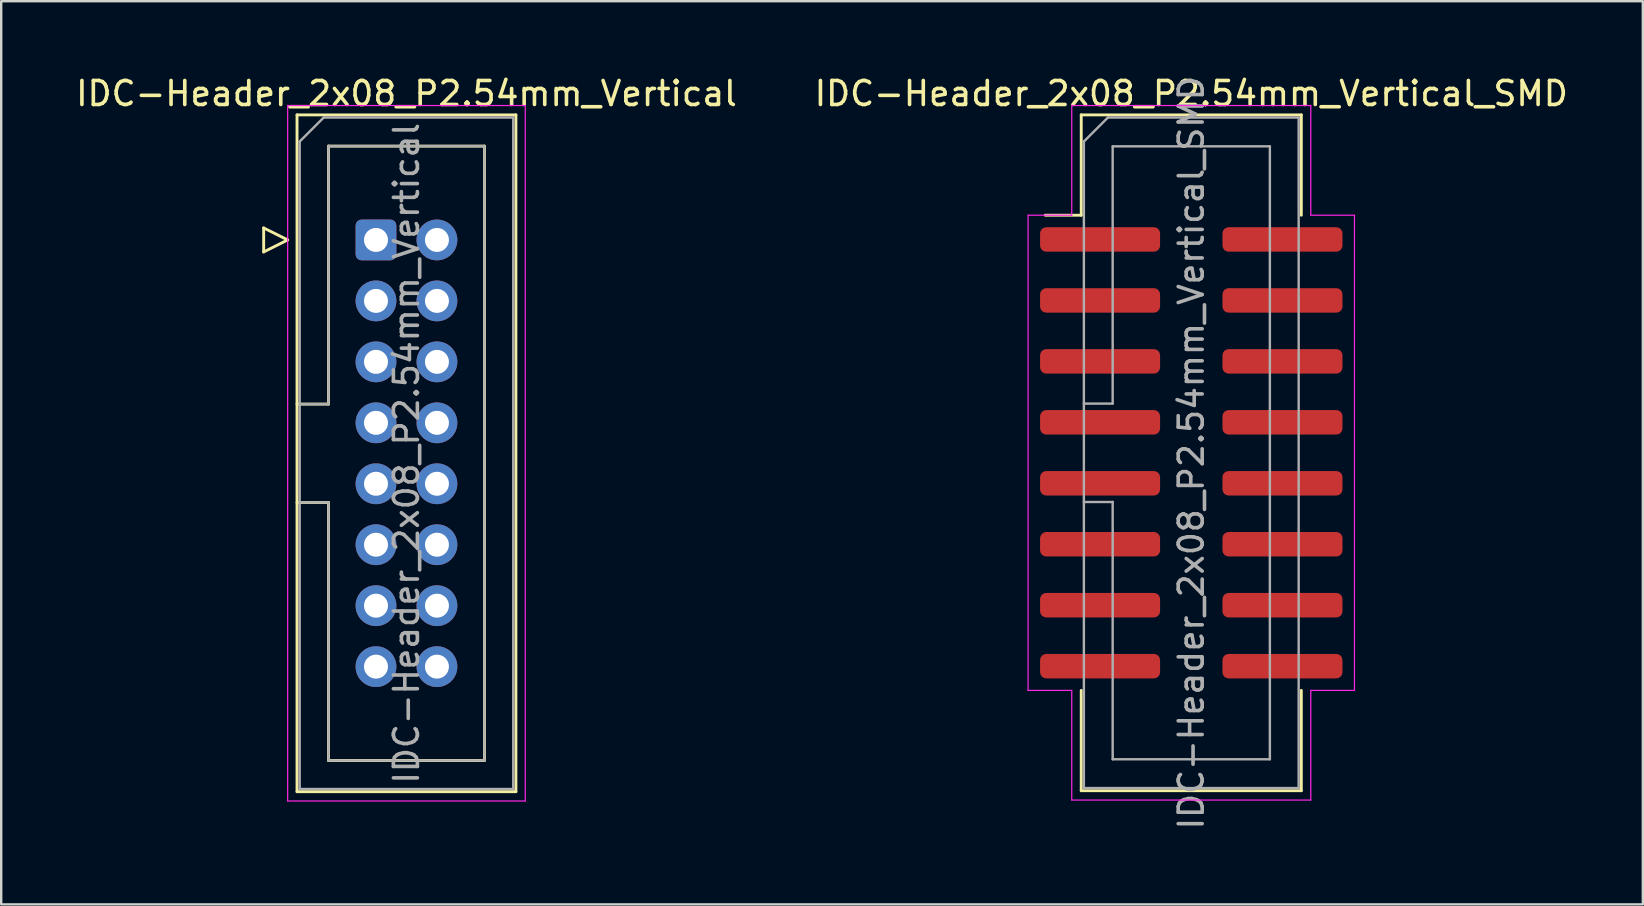
<source format=kicad_pcb>
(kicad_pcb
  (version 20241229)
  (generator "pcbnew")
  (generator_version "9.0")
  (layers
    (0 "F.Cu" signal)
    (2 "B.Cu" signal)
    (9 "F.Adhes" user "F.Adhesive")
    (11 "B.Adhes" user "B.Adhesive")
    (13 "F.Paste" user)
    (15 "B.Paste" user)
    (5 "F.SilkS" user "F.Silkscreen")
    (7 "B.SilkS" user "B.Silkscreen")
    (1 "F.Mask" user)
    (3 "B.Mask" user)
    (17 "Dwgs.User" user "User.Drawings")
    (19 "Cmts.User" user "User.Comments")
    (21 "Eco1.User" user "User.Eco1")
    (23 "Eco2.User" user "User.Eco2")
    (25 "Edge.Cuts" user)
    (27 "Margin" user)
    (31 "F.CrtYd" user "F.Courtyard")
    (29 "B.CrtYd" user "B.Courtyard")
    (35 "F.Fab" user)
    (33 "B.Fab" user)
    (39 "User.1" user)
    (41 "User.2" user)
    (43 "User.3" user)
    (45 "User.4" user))
  (footprint "IDC-Header_2x08_P2.54mm_Vertical"
    (layer "F.Cu")
    (at 12.617 6.948)
    (property "Reference" "IDC-Header_2x08_P2.54mm_Vertical" (at 1.27 -6.1 0) (layer "F.SilkS") (effects (font (size 1 1) (thickness 0.15))))
    (attr through_hole)
    (fp_line (start -4.68 -0.5) (end -4.68 0.5) (stroke (width 0.12) (type solid)) (layer "F.SilkS"))
    (fp_line (start -4.68 0.5) (end -3.68 0) (stroke (width 0.12) (type solid)) (layer "F.SilkS"))
    (fp_line (start -3.68 0) (end -4.68 -0.5) (stroke (width 0.12) (type solid)) (layer "F.SilkS"))
    (fp_line (start -3.29 -5.21) (end 5.83 -5.21) (stroke (width 0.12) (type solid)) (layer "F.SilkS"))
    (fp_line (start -3.29 6.84) (end -1.98 6.84) (stroke (width 0.12) (type solid)) (layer "F.SilkS"))
    (fp_line (start -3.29 22.99) (end -3.29 -5.21) (stroke (width 0.12) (type solid)) (layer "F.SilkS"))
    (fp_line (start -1.98 -3.91) (end 4.52 -3.91) (stroke (width 0.12) (type solid)) (layer "F.SilkS"))
    (fp_line (start -1.98 6.84) (end -1.98 -3.91) (stroke (width 0.12) (type solid)) (layer "F.SilkS"))
    (fp_line (start -1.98 10.94) (end -3.29 10.94) (stroke (width 0.12) (type solid)) (layer "F.SilkS"))
    (fp_line (start -1.98 10.94) (end -1.98 10.94) (stroke (width 0.12) (type solid)) (layer "F.SilkS"))
    (fp_line (start -1.98 21.69) (end -1.98 10.94) (stroke (width 0.12) (type solid)) (layer "F.SilkS"))
    (fp_line (start 4.52 -3.91) (end 4.52 21.69) (stroke (width 0.12) (type solid)) (layer "F.SilkS"))
    (fp_line (start 4.52 21.69) (end -1.98 21.69) (stroke (width 0.12) (type solid)) (layer "F.SilkS"))
    (fp_line (start 5.83 -5.21) (end 5.83 22.99) (stroke (width 0.12) (type solid)) (layer "F.SilkS"))
    (fp_line (start 5.83 22.99) (end -3.29 22.99) (stroke (width 0.12) (type solid)) (layer "F.SilkS"))
    (fp_line (start -3.68 -5.6) (end -3.68 23.38) (stroke (width 0.05) (type solid)) (layer "F.CrtYd"))
    (fp_line (start -3.68 23.38) (end 6.22 23.38) (stroke (width 0.05) (type solid)) (layer "F.CrtYd"))
    (fp_line (start 6.22 -5.6) (end -3.68 -5.6) (stroke (width 0.05) (type solid)) (layer "F.CrtYd"))
    (fp_line (start 6.22 23.38) (end 6.22 -5.6) (stroke (width 0.05) (type solid)) (layer "F.CrtYd"))
    (fp_line (start -3.18 -4.1) (end -2.18 -5.1) (stroke (width 0.1) (type solid)) (layer "F.Fab"))
    (fp_line (start -3.18 6.84) (end -1.98 6.84) (stroke (width 0.1) (type solid)) (layer "F.Fab"))
    (fp_line (start -3.18 22.88) (end -3.18 -4.1) (stroke (width 0.1) (type solid)) (layer "F.Fab"))
    (fp_line (start -2.18 -5.1) (end 5.72 -5.1) (stroke (width 0.1) (type solid)) (layer "F.Fab"))
    (fp_line (start -1.98 -3.91) (end 4.52 -3.91) (stroke (width 0.1) (type solid)) (layer "F.Fab"))
    (fp_line (start -1.98 6.84) (end -1.98 -3.91) (stroke (width 0.1) (type solid)) (layer "F.Fab"))
    (fp_line (start -1.98 10.94) (end -3.18 10.94) (stroke (width 0.1) (type solid)) (layer "F.Fab"))
    (fp_line (start -1.98 10.94) (end -1.98 10.94) (stroke (width 0.1) (type solid)) (layer "F.Fab"))
    (fp_line (start -1.98 21.69) (end -1.98 10.94) (stroke (width 0.1) (type solid)) (layer "F.Fab"))
    (fp_line (start 4.52 -3.91) (end 4.52 21.69) (stroke (width 0.1) (type solid)) (layer "F.Fab"))
    (fp_line (start 4.52 21.69) (end -1.98 21.69) (stroke (width 0.1) (type solid)) (layer "F.Fab"))
    (fp_line (start 5.72 -5.1) (end 5.72 22.88) (stroke (width 0.1) (type solid)) (layer "F.Fab"))
    (fp_line (start 5.72 22.88) (end -3.18 22.88) (stroke (width 0.1) (type solid)) (layer "F.Fab"))
    (fp_text user "${REFERENCE}" (at 1.27 8.89 90) (layer "F.Fab") (effects (font (size 1 1) (thickness 0.15))))
    (pad "1" thru_hole roundrect (at 0 0) (size 1.7 1.7) (drill 1) (layers "*.Cu" "*.Mask") (roundrect_rratio 0.147))
    (pad "2" thru_hole circle (at 2.54 0) (size 1.7 1.7) (drill 1) (layers "*.Cu" "*.Mask"))
    (pad "3" thru_hole circle (at 0 2.54) (size 1.7 1.7) (drill 1) (layers "*.Cu" "*.Mask"))
    (pad "4" thru_hole circle (at 2.54 2.54) (size 1.7 1.7) (drill 1) (layers "*.Cu" "*.Mask"))
    (pad "5" thru_hole circle (at 0 5.08) (size 1.7 1.7) (drill 1) (layers "*.Cu" "*.Mask"))
    (pad "6" thru_hole circle (at 2.54 5.08) (size 1.7 1.7) (drill 1) (layers "*.Cu" "*.Mask"))
    (pad "7" thru_hole circle (at 0 7.62) (size 1.7 1.7) (drill 1) (layers "*.Cu" "*.Mask"))
    (pad "8" thru_hole circle (at 2.54 7.62) (size 1.7 1.7) (drill 1) (layers "*.Cu" "*.Mask"))
    (pad "9" thru_hole circle (at 0 10.16) (size 1.7 1.7) (drill 1) (layers "*.Cu" "*.Mask"))
    (pad "10" thru_hole circle (at 2.54 10.16) (size 1.7 1.7) (drill 1) (layers "*.Cu" "*.Mask"))
    (pad "11" thru_hole circle (at 0 12.7) (size 1.7 1.7) (drill 1) (layers "*.Cu" "*.Mask"))
    (pad "12" thru_hole circle (at 2.54 12.7) (size 1.7 1.7) (drill 1) (layers "*.Cu" "*.Mask"))
    (pad "13" thru_hole circle (at 0 15.24) (size 1.7 1.7) (drill 1) (layers "*.Cu" "*.Mask"))
    (pad "14" thru_hole circle (at 2.54 15.24) (size 1.7 1.7) (drill 1) (layers "*.Cu" "*.Mask"))
    (pad "15" thru_hole circle (at 0 17.78) (size 1.7 1.7) (drill 1) (layers "*.Cu" "*.Mask"))
    (pad "16" thru_hole circle (at 2.54 17.78) (size 1.7 1.7) (drill 1) (layers "*.Cu" "*.Mask")))
  (footprint "IDC-Header_2x08_P2.54mm_Vertical_SMD"
    (layer "F.Cu")
    (at 46.589 15.818)
    (property "Reference" "IDC-Header_2x08_P2.54mm_Vertical_SMD" (at 0 -14.97 0) (layer "F.SilkS") (effects (font (size 1 1) (thickness 0.15))))
    (attr smd)
    (fp_line (start -4.585 -14.08) (end 4.585 -14.08) (stroke (width 0.12) (type solid)) (layer "F.SilkS"))
    (fp_line (start -4.585 -9.9) (end -6.085 -9.9) (stroke (width 0.12) (type solid)) (layer "F.SilkS"))
    (fp_line (start -4.585 -9.9) (end -4.585 -14.08) (stroke (width 0.12) (type solid)) (layer "F.SilkS"))
    (fp_line (start -4.585 9.9) (end -4.585 14.08) (stroke (width 0.12) (type solid)) (layer "F.SilkS"))
    (fp_line (start -4.585 14.08) (end 4.585 14.08) (stroke (width 0.12) (type solid)) (layer "F.SilkS"))
    (fp_line (start 4.585 -14.08) (end 4.585 -9.9) (stroke (width 0.12) (type solid)) (layer "F.SilkS"))
    (fp_line (start 4.585 14.08) (end 4.585 9.9) (stroke (width 0.12) (type solid)) (layer "F.SilkS"))
    (fp_line (start -6.8 -9.9) (end -6.8 9.9) (stroke (width 0.05) (type solid)) (layer "F.CrtYd"))
    (fp_line (start -6.8 9.9) (end -4.98 9.9) (stroke (width 0.05) (type solid)) (layer "F.CrtYd"))
    (fp_line (start -4.98 -14.47) (end -4.98 -9.9) (stroke (width 0.05) (type solid)) (layer "F.CrtYd"))
    (fp_line (start -4.98 -9.9) (end -6.8 -9.9) (stroke (width 0.05) (type solid)) (layer "F.CrtYd"))
    (fp_line (start -4.98 9.9) (end -4.98 14.47) (stroke (width 0.05) (type solid)) (layer "F.CrtYd"))
    (fp_line (start -4.98 14.47) (end 4.98 14.47) (stroke (width 0.05) (type solid)) (layer "F.CrtYd"))
    (fp_line (start 4.98 -14.47) (end -4.98 -14.47) (stroke (width 0.05) (type solid)) (layer "F.CrtYd"))
    (fp_line (start 4.98 -9.9) (end 4.98 -14.47) (stroke (width 0.05) (type solid)) (layer "F.CrtYd"))
    (fp_line (start 4.98 9.9) (end 6.8 9.9) (stroke (width 0.05) (type solid)) (layer "F.CrtYd"))
    (fp_line (start 4.98 14.47) (end 4.98 9.9) (stroke (width 0.05) (type solid)) (layer "F.CrtYd"))
    (fp_line (start 6.8 -9.9) (end 4.98 -9.9) (stroke (width 0.05) (type solid)) (layer "F.CrtYd"))
    (fp_line (start 6.8 9.9) (end 6.8 -9.9) (stroke (width 0.05) (type solid)) (layer "F.CrtYd"))
    (fp_line (start -4.475 -12.97) (end -3.475 -13.97) (stroke (width 0.1) (type solid)) (layer "F.Fab"))
    (fp_line (start -4.475 -2.05) (end -3.275 -2.05) (stroke (width 0.1) (type solid)) (layer "F.Fab"))
    (fp_line (start -4.475 13.97) (end -4.475 -12.97) (stroke (width 0.1) (type solid)) (layer "F.Fab"))
    (fp_line (start -3.475 -13.97) (end 4.475 -13.97) (stroke (width 0.1) (type solid)) (layer "F.Fab"))
    (fp_line (start -3.275 -12.77) (end 3.275 -12.77) (stroke (width 0.1) (type solid)) (layer "F.Fab"))
    (fp_line (start -3.275 -2.05) (end -3.275 -12.77) (stroke (width 0.1) (type solid)) (layer "F.Fab"))
    (fp_line (start -3.275 2.05) (end -4.475 2.05) (stroke (width 0.1) (type solid)) (layer "F.Fab"))
    (fp_line (start -3.275 2.05) (end -3.275 2.05) (stroke (width 0.1) (type solid)) (layer "F.Fab"))
    (fp_line (start -3.275 12.77) (end -3.275 2.05) (stroke (width 0.1) (type solid)) (layer "F.Fab"))
    (fp_line (start 3.275 -12.77) (end 3.275 12.77) (stroke (width 0.1) (type solid)) (layer "F.Fab"))
    (fp_line (start 3.275 12.77) (end -3.275 12.77) (stroke (width 0.1) (type solid)) (layer "F.Fab"))
    (fp_line (start 4.475 -13.97) (end 4.475 13.97) (stroke (width 0.1) (type solid)) (layer "F.Fab"))
    (fp_line (start 4.475 13.97) (end -4.475 13.97) (stroke (width 0.1) (type solid)) (layer "F.Fab"))
    (fp_text user "${REFERENCE}" (at 0 0 90) (layer "F.Fab") (effects (font (size 1 1) (thickness 0.15))))
    (pad "1" smd roundrect (at -3.8 -8.89) (size 5 1.02) (layers "F.Cu" "F.Mask" "F.Paste") (roundrect_rratio 0.25))
    (pad "2" smd roundrect (at 3.8 -8.89) (size 5 1.02) (layers "F.Cu" "F.Mask" "F.Paste") (roundrect_rratio 0.25))
    (pad "3" smd roundrect (at -3.8 -6.35) (size 5 1.02) (layers "F.Cu" "F.Mask" "F.Paste") (roundrect_rratio 0.25))
    (pad "4" smd roundrect (at 3.8 -6.35) (size 5 1.02) (layers "F.Cu" "F.Mask" "F.Paste") (roundrect_rratio 0.25))
    (pad "5" smd roundrect (at -3.8 -3.81) (size 5 1.02) (layers "F.Cu" "F.Mask" "F.Paste") (roundrect_rratio 0.25))
    (pad "6" smd roundrect (at 3.8 -3.81) (size 5 1.02) (layers "F.Cu" "F.Mask" "F.Paste") (roundrect_rratio 0.25))
    (pad "7" smd roundrect (at -3.8 -1.27) (size 5 1.02) (layers "F.Cu" "F.Mask" "F.Paste") (roundrect_rratio 0.25))
    (pad "8" smd roundrect (at 3.8 -1.27) (size 5 1.02) (layers "F.Cu" "F.Mask" "F.Paste") (roundrect_rratio 0.25))
    (pad "9" smd roundrect (at -3.8 1.27) (size 5 1.02) (layers "F.Cu" "F.Mask" "F.Paste") (roundrect_rratio 0.25))
    (pad "10" smd roundrect (at 3.8 1.27) (size 5 1.02) (layers "F.Cu" "F.Mask" "F.Paste") (roundrect_rratio 0.25))
    (pad "11" smd roundrect (at -3.8 3.81) (size 5 1.02) (layers "F.Cu" "F.Mask" "F.Paste") (roundrect_rratio 0.25))
    (pad "12" smd roundrect (at 3.8 3.81) (size 5 1.02) (layers "F.Cu" "F.Mask" "F.Paste") (roundrect_rratio 0.25))
    (pad "13" smd roundrect (at -3.8 6.35) (size 5 1.02) (layers "F.Cu" "F.Mask" "F.Paste") (roundrect_rratio 0.25))
    (pad "14" smd roundrect (at 3.8 6.35) (size 5 1.02) (layers "F.Cu" "F.Mask" "F.Paste") (roundrect_rratio 0.25))
    (pad "15" smd roundrect (at -3.8 8.89) (size 5 1.02) (layers "F.Cu" "F.Mask" "F.Paste") (roundrect_rratio 0.25))
    (pad "16" smd roundrect (at 3.8 8.89) (size 5 1.02) (layers "F.Cu" "F.Mask" "F.Paste") (roundrect_rratio 0.25)))
  (gr_rect
    (start -3 -3)
    (end 65.405 34.634)
    (stroke (width 0.1) (type default))
    (fill no)
    (layer "Edge.Cuts")))
</source>
